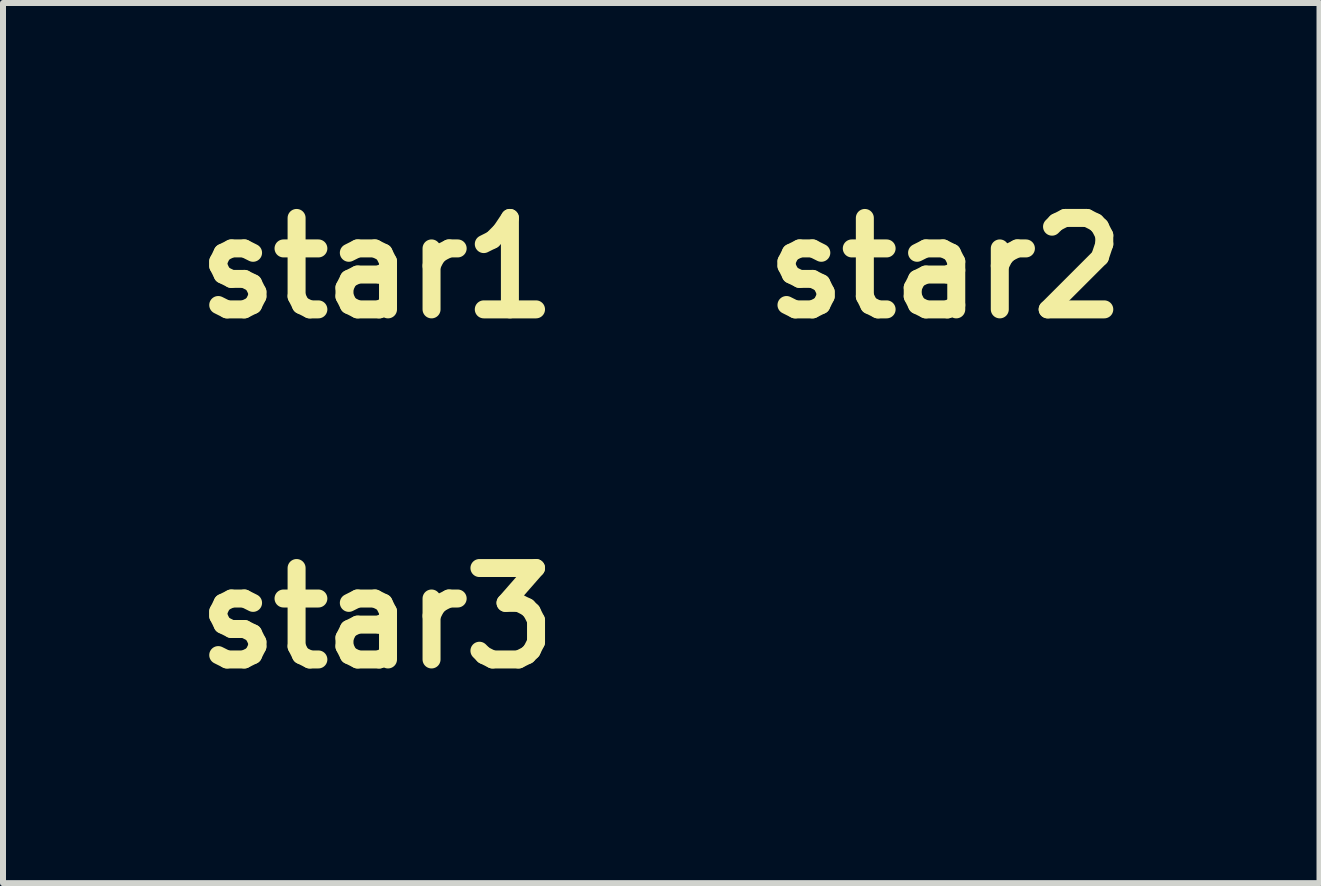
<source format=kicad_pcb>
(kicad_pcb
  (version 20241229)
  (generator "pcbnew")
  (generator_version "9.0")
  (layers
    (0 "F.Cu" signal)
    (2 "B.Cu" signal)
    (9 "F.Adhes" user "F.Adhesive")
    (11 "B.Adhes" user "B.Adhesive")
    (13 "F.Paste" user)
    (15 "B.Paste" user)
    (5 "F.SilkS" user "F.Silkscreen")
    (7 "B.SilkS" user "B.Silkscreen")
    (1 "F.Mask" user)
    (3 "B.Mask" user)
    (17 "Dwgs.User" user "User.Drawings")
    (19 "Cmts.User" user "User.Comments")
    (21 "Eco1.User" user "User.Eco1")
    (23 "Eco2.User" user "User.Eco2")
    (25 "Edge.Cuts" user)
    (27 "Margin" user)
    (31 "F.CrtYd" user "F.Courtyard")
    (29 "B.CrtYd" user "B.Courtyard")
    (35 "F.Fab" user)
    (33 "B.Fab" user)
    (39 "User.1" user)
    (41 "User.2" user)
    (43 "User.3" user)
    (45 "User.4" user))
  (footprint "star1"
    (layer "F.Cu")
    (at 3.237 1.418)
    (property "Reference" "star1" (at 0 0 0) (layer "F.SilkS") (effects (font (size 1.524 1.524) (thickness 0.3))))
    (attr through_hole)
    (fp_poly (pts (xy 0.055 -1.262) (xy 0.094 -1.256) (xy 0.128 -1.243) (xy 0.155 -1.229) (xy 0.191 -1.205) (xy 0.22 -1.179) (xy 0.247 -1.145) (xy 0.273 -1.099) (xy 0.303 -1.036) (xy 0.322 -0.993) (xy 0.405 -0.829) (xy 0.505 -0.685) (xy 0.621 -0.56) (xy 0.756 -0.452) (xy 0.909 -0.361) (xy 1.006 -0.316) (xy 1.098 -0.273) (xy 1.166 -0.229) (xy 1.214 -0.18) (xy 1.245 -0.124) (xy 1.26 -0.057) (xy 1.263 0) (xy 1.257 0.076) (xy 1.238 0.14) (xy 1.203 0.194) (xy 1.15 0.241) (xy 1.076 0.284) (xy 1.006 0.316) (xy 0.842 0.398) (xy 0.697 0.496) (xy 0.57 0.611) (xy 0.461 0.744) (xy 0.368 0.896) (xy 0.322 0.993) (xy 0.289 1.067) (xy 0.261 1.122) (xy 0.235 1.162) (xy 0.207 1.191) (xy 0.176 1.216) (xy 0.157 1.227) (xy 0.094 1.253) (xy 0.021 1.266) (xy -0.052 1.265) (xy -0.105 1.253) (xy -0.174 1.218) (xy -0.228 1.168) (xy -0.272 1.099) (xy -0.28 1.083) (xy -0.325 0.987) (xy -0.363 0.91) (xy -0.396 0.848) (xy -0.425 0.797) (xy -0.454 0.752) (xy -0.485 0.71) (xy -0.502 0.688) (xy -0.553 0.63) (xy -0.613 0.568) (xy -0.673 0.514) (xy -0.688 0.502) (xy -0.731 0.469) (xy -0.775 0.439) (xy -0.822 0.41) (xy -0.879 0.379) (xy -0.948 0.344) (xy -1.035 0.303) (xy -1.082 0.28) (xy -1.161 0.231) (xy -1.219 0.169) (xy -1.255 0.096) (xy -1.268 0.011) (xy -1.268 0.000064) (xy -0.302 0.000064) (xy -0.154 0.151) (xy -0.105 0.201) (xy -0.062 0.244) (xy -0.03 0.278) (xy -0.01 0.298) (xy -0.005 0.303) (xy 0.004 0.295) (xy 0.028 0.272) (xy 0.064 0.237) (xy 0.109 0.192) (xy 0.149 0.152) (xy 0.302 0) (xy 0.151 -0.151) (xy 0 -0.302) (xy -0.302 0.000064) (xy -1.268 0.000064) (xy -1.266 -0.033) (xy -1.252 -0.105) (xy -1.223 -0.165) (xy -1.178 -0.217) (xy -1.113 -0.264) (xy -1.025 -0.308) (xy -1.006 -0.316) (xy -0.842 -0.398) (xy -0.697 -0.496) (xy -0.57 -0.611) (xy -0.461 -0.744) (xy -0.368 -0.896) (xy -0.322 -0.993) (xy -0.289 -1.067) (xy -0.261 -1.121) (xy -0.235 -1.161) (xy -0.208 -1.191) (xy -0.175 -1.216) (xy -0.155 -1.229) (xy -0.118 -1.248) (xy -0.084 -1.258) (xy -0.041 -1.263) (xy 0 -1.264) (xy 0.055 -1.262)) (stroke (width 0.01) (type solid)) (fill yes) (layer "F.Mask")))
  (footprint "star3"
    (layer "F.Cu")
    (at 3.237 7.254)
    (property "Reference" "star3" (at 0 0 0) (layer "F.SilkS") (effects (font (size 1.524 1.524) (thickness 0.3))))
    (attr through_hole)
    (fp_poly (pts (xy 0.036 -0.841) (xy 0.063 -0.837) (xy 0.085 -0.829) (xy 0.103 -0.819) (xy 0.127 -0.803) (xy 0.147 -0.786) (xy 0.165 -0.763) (xy 0.182 -0.732) (xy 0.202 -0.69) (xy 0.215 -0.662) (xy 0.27 -0.553) (xy 0.337 -0.457) (xy 0.414 -0.373) (xy 0.504 -0.301) (xy 0.606 -0.241) (xy 0.671 -0.211) (xy 0.732 -0.182) (xy 0.777 -0.152) (xy 0.809 -0.12) (xy 0.83 -0.083) (xy 0.84 -0.038) (xy 0.842 0) (xy 0.838 0.051) (xy 0.825 0.093) (xy 0.802 0.129) (xy 0.767 0.16) (xy 0.717 0.19) (xy 0.671 0.211) (xy 0.561 0.265) (xy 0.464 0.33) (xy 0.38 0.407) (xy 0.307 0.496) (xy 0.246 0.597) (xy 0.215 0.662) (xy 0.193 0.711) (xy 0.174 0.748) (xy 0.157 0.774) (xy 0.138 0.794) (xy 0.117 0.81) (xy 0.105 0.818) (xy 0.063 0.835) (xy 0.014 0.844) (xy -0.035 0.843) (xy -0.07 0.835) (xy -0.116 0.812) (xy -0.152 0.779) (xy -0.181 0.733) (xy -0.187 0.722) (xy -0.217 0.658) (xy -0.242 0.607) (xy -0.264 0.565) (xy -0.284 0.531) (xy -0.303 0.501) (xy -0.324 0.473) (xy -0.335 0.459) (xy -0.368 0.42) (xy -0.409 0.379) (xy -0.449 0.343) (xy -0.459 0.335) (xy -0.487 0.313) (xy -0.516 0.293) (xy -0.548 0.273) (xy -0.586 0.253) (xy -0.632 0.229) (xy -0.69 0.202) (xy -0.721 0.187) (xy -0.774 0.154) (xy -0.813 0.113) (xy -0.837 0.064) (xy -0.845 0.007) (xy -0.845 0.000043) (xy -0.201 0.000043) (xy -0.103 0.101) (xy -0.07 0.134) (xy -0.042 0.163) (xy -0.02 0.185) (xy -0.006 0.199) (xy -0.003 0.202) (xy 0.003 0.197) (xy 0.019 0.181) (xy 0.043 0.158) (xy 0.073 0.128) (xy 0.1 0.102) (xy 0.201 0) (xy 0.101 -0.101) (xy 0 -0.201) (xy -0.201 0.000043) (xy -0.845 0.000043) (xy -0.844 -0.022) (xy -0.835 -0.07) (xy -0.816 -0.11) (xy -0.785 -0.145) (xy -0.742 -0.176) (xy -0.684 -0.205) (xy -0.671 -0.211) (xy -0.561 -0.265) (xy -0.464 -0.33) (xy -0.38 -0.407) (xy -0.307 -0.496) (xy -0.246 -0.597) (xy -0.215 -0.662) (xy -0.193 -0.711) (xy -0.174 -0.748) (xy -0.157 -0.774) (xy -0.138 -0.794) (xy -0.117 -0.811) (xy -0.103 -0.819) (xy -0.079 -0.832) (xy -0.056 -0.839) (xy -0.027 -0.842) (xy 0 -0.842) (xy 0.036 -0.841)) (stroke (width 0.01) (type solid)) (fill yes) (layer "F.Mask")))
  (footprint "star2"
    (layer "F.Cu")
    (at 12.71 1.418)
    (property "Reference" "star2" (at 0 0 0) (layer "F.SilkS") (effects (font (size 1.524 1.524) (thickness 0.3))))
    (attr through_hole)
    (fp_poly (pts (xy 0.044 -1.01) (xy 0.075 -1.005) (xy 0.102 -0.995) (xy 0.124 -0.983) (xy 0.153 -0.964) (xy 0.176 -0.943) (xy 0.197 -0.916) (xy 0.219 -0.879) (xy 0.243 -0.829) (xy 0.258 -0.794) (xy 0.324 -0.664) (xy 0.404 -0.548) (xy 0.497 -0.448) (xy 0.605 -0.362) (xy 0.727 -0.289) (xy 0.805 -0.253) (xy 0.878 -0.218) (xy 0.933 -0.183) (xy 0.971 -0.144) (xy 0.996 -0.099) (xy 1.008 -0.046) (xy 1.011 0) (xy 1.006 0.061) (xy 0.991 0.112) (xy 0.963 0.155) (xy 0.92 0.193) (xy 0.861 0.228) (xy 0.805 0.253) (xy 0.673 0.318) (xy 0.557 0.397) (xy 0.456 0.489) (xy 0.369 0.595) (xy 0.295 0.717) (xy 0.258 0.794) (xy 0.231 0.853) (xy 0.209 0.897) (xy 0.188 0.929) (xy 0.166 0.953) (xy 0.141 0.973) (xy 0.126 0.982) (xy 0.075 1.002) (xy 0.017 1.013) (xy -0.042 1.012) (xy -0.084 1.002) (xy -0.139 0.974) (xy -0.182 0.935) (xy -0.217 0.88) (xy -0.224 0.866) (xy -0.26 0.789) (xy -0.291 0.728) (xy -0.317 0.678) (xy -0.34 0.638) (xy -0.364 0.602) (xy -0.388 0.568) (xy -0.402 0.55) (xy -0.442 0.504) (xy -0.491 0.455) (xy -0.539 0.411) (xy -0.55 0.402) (xy -0.585 0.375) (xy -0.62 0.352) (xy -0.658 0.328) (xy -0.703 0.303) (xy -0.759 0.275) (xy -0.828 0.242) (xy -0.865 0.224) (xy -0.929 0.185) (xy -0.975 0.136) (xy -1.004 0.076) (xy -1.014 0.009) (xy -1.014 0.000051) (xy -0.241 0.000051) (xy -0.123 0.121) (xy -0.084 0.161) (xy -0.05 0.195) (xy -0.024 0.222) (xy -0.008 0.238) (xy -0.004 0.243) (xy 0.003 0.236) (xy 0.023 0.218) (xy 0.051 0.189) (xy 0.088 0.154) (xy 0.119 0.122) (xy 0.241 0) (xy 0.121 -0.121) (xy 0 -0.241) (xy -0.121 -0.121) (xy -0.241 0.000051) (xy -1.014 0.000051) (xy -1.013 -0.027) (xy -1.001 -0.084) (xy -0.979 -0.132) (xy -0.942 -0.174) (xy -0.89 -0.211) (xy -0.82 -0.246) (xy -0.805 -0.253) (xy -0.673 -0.318) (xy -0.557 -0.397) (xy -0.456 -0.489) (xy -0.369 -0.595) (xy -0.295 -0.717) (xy -0.258 -0.794) (xy -0.231 -0.853) (xy -0.209 -0.897) (xy -0.188 -0.929) (xy -0.166 -0.953) (xy -0.14 -0.973) (xy -0.124 -0.983) (xy -0.095 -0.998) (xy -0.067 -1.007) (xy -0.033 -1.01) (xy 0 -1.011) (xy 0.044 -1.01)) (stroke (width 0.01) (type solid)) (fill yes) (layer "F.Mask")))
  (gr_rect
    (start -3 -3)
    (end 18.947 11.672)
    (stroke (width 0.1) (type default))
    (fill no)
    (layer "Edge.Cuts")))
</source>
